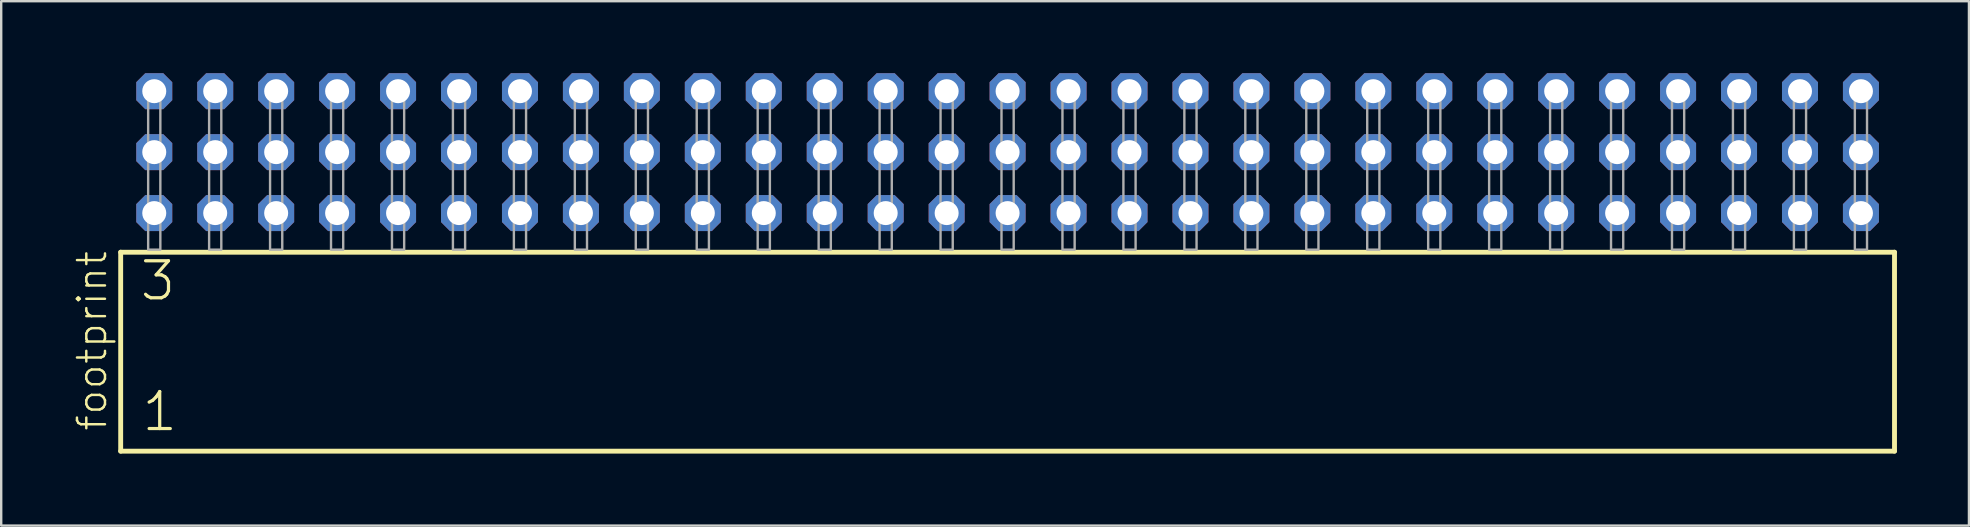
<source format=kicad_pcb>
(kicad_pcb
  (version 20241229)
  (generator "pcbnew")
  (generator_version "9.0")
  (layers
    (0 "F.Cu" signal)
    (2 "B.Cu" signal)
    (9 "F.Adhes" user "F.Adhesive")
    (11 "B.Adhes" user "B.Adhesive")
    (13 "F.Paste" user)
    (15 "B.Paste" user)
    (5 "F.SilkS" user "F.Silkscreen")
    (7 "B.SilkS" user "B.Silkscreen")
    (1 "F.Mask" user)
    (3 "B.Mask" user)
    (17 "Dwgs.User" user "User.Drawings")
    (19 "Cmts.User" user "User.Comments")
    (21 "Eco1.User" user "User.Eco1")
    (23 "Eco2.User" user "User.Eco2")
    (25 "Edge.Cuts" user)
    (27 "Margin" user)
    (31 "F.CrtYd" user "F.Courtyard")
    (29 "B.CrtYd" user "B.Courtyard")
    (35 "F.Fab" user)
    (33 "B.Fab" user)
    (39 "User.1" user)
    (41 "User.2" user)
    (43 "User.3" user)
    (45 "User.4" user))
  (footprint "footprint"
    (layer "F.Cu")
    (at 38.938 7.354)
    (property "Reference" "footprint" (at -37.465 7.62 90) (layer "F.SilkS") (effects (font (size 1.168 1.168) (thickness 0.102)) (justify left bottom)))
    (fp_line (start -36.959 0.106) (end -36.959 8.396) (stroke (width 0.203) (type solid)) (layer "F.SilkS"))
    (fp_line (start -36.959 8.396) (end 36.959 8.396) (stroke (width 0.203) (type solid)) (layer "F.SilkS"))
    (fp_line (start 36.959 0.106) (end -36.959 0.106) (stroke (width 0.203) (type solid)) (layer "F.SilkS"))
    (fp_line (start 36.959 8.396) (end 36.959 0.106) (stroke (width 0.203) (type solid)) (layer "F.SilkS"))
    (fp_poly (pts (xy -35.814 0) (xy -35.306 0) (xy -35.306 -6.858) (xy -35.814 -6.858)) (stroke (width 0.1) (type solid)) (fill no) (layer "F.Fab"))
    (fp_poly (pts (xy -33.274 0) (xy -32.766 0) (xy -32.766 -6.858) (xy -33.274 -6.858)) (stroke (width 0.1) (type solid)) (fill no) (layer "F.Fab"))
    (fp_poly (pts (xy -30.734 0) (xy -30.226 0) (xy -30.226 -6.858) (xy -30.734 -6.858)) (stroke (width 0.1) (type solid)) (fill no) (layer "F.Fab"))
    (fp_poly (pts (xy -28.194 0) (xy -27.686 0) (xy -27.686 -6.858) (xy -28.194 -6.858)) (stroke (width 0.1) (type solid)) (fill no) (layer "F.Fab"))
    (fp_poly (pts (xy -25.654 0) (xy -25.146 0) (xy -25.146 -6.858) (xy -25.654 -6.858)) (stroke (width 0.1) (type solid)) (fill no) (layer "F.Fab"))
    (fp_poly (pts (xy -23.114 0) (xy -22.606 0) (xy -22.606 -6.858) (xy -23.114 -6.858)) (stroke (width 0.1) (type solid)) (fill no) (layer "F.Fab"))
    (fp_poly (pts (xy -20.574 0) (xy -20.066 0) (xy -20.066 -6.858) (xy -20.574 -6.858)) (stroke (width 0.1) (type solid)) (fill no) (layer "F.Fab"))
    (fp_poly (pts (xy -18.034 0) (xy -17.526 0) (xy -17.526 -6.858) (xy -18.034 -6.858)) (stroke (width 0.1) (type solid)) (fill no) (layer "F.Fab"))
    (fp_poly (pts (xy -15.494 0) (xy -14.986 0) (xy -14.986 -6.858) (xy -15.494 -6.858)) (stroke (width 0.1) (type solid)) (fill no) (layer "F.Fab"))
    (fp_poly (pts (xy -12.954 0) (xy -12.446 0) (xy -12.446 -6.858) (xy -12.954 -6.858)) (stroke (width 0.1) (type solid)) (fill no) (layer "F.Fab"))
    (fp_poly (pts (xy -10.414 0) (xy -9.906 0) (xy -9.906 -6.858) (xy -10.414 -6.858)) (stroke (width 0.1) (type solid)) (fill no) (layer "F.Fab"))
    (fp_poly (pts (xy -7.874 0) (xy -7.366 0) (xy -7.366 -6.858) (xy -7.874 -6.858)) (stroke (width 0.1) (type solid)) (fill no) (layer "F.Fab"))
    (fp_poly (pts (xy -5.334 0) (xy -4.826 0) (xy -4.826 -6.858) (xy -5.334 -6.858)) (stroke (width 0.1) (type solid)) (fill no) (layer "F.Fab"))
    (fp_poly (pts (xy -2.794 0) (xy -2.286 0) (xy -2.286 -6.858) (xy -2.794 -6.858)) (stroke (width 0.1) (type solid)) (fill no) (layer "F.Fab"))
    (fp_poly (pts (xy -0.254 0) (xy 0.254 0) (xy 0.254 -6.858) (xy -0.254 -6.858)) (stroke (width 0.1) (type solid)) (fill no) (layer "F.Fab"))
    (fp_poly (pts (xy 2.286 0) (xy 2.794 0) (xy 2.794 -6.858) (xy 2.286 -6.858)) (stroke (width 0.1) (type solid)) (fill no) (layer "F.Fab"))
    (fp_poly (pts (xy 4.826 0) (xy 5.334 0) (xy 5.334 -6.858) (xy 4.826 -6.858)) (stroke (width 0.1) (type solid)) (fill no) (layer "F.Fab"))
    (fp_poly (pts (xy 7.366 0) (xy 7.874 0) (xy 7.874 -6.858) (xy 7.366 -6.858)) (stroke (width 0.1) (type solid)) (fill no) (layer "F.Fab"))
    (fp_poly (pts (xy 9.906 0) (xy 10.414 0) (xy 10.414 -6.858) (xy 9.906 -6.858)) (stroke (width 0.1) (type solid)) (fill no) (layer "F.Fab"))
    (fp_poly (pts (xy 12.446 0) (xy 12.954 0) (xy 12.954 -6.858) (xy 12.446 -6.858)) (stroke (width 0.1) (type solid)) (fill no) (layer "F.Fab"))
    (fp_poly (pts (xy 14.986 0) (xy 15.494 0) (xy 15.494 -6.858) (xy 14.986 -6.858)) (stroke (width 0.1) (type solid)) (fill no) (layer "F.Fab"))
    (fp_poly (pts (xy 17.526 0) (xy 18.034 0) (xy 18.034 -6.858) (xy 17.526 -6.858)) (stroke (width 0.1) (type solid)) (fill no) (layer "F.Fab"))
    (fp_poly (pts (xy 20.066 0) (xy 20.574 0) (xy 20.574 -6.858) (xy 20.066 -6.858)) (stroke (width 0.1) (type solid)) (fill no) (layer "F.Fab"))
    (fp_poly (pts (xy 22.606 0) (xy 23.114 0) (xy 23.114 -6.858) (xy 22.606 -6.858)) (stroke (width 0.1) (type solid)) (fill no) (layer "F.Fab"))
    (fp_poly (pts (xy 25.146 0) (xy 25.654 0) (xy 25.654 -6.858) (xy 25.146 -6.858)) (stroke (width 0.1) (type solid)) (fill no) (layer "F.Fab"))
    (fp_poly (pts (xy 27.686 0) (xy 28.194 0) (xy 28.194 -6.858) (xy 27.686 -6.858)) (stroke (width 0.1) (type solid)) (fill no) (layer "F.Fab"))
    (fp_poly (pts (xy 30.226 0) (xy 30.734 0) (xy 30.734 -6.858) (xy 30.226 -6.858)) (stroke (width 0.1) (type solid)) (fill no) (layer "F.Fab"))
    (fp_poly (pts (xy 32.766 0) (xy 33.274 0) (xy 33.274 -6.858) (xy 32.766 -6.858)) (stroke (width 0.1) (type solid)) (fill no) (layer "F.Fab"))
    (fp_poly (pts (xy 35.306 0) (xy 35.814 0) (xy 35.814 -6.858) (xy 35.306 -6.858)) (stroke (width 0.1) (type solid)) (fill no) (layer "F.Fab"))
    (fp_text user "1" (at -36.155 7.65 0) (layer "F.SilkS") (effects (font (size 1.542 1.542) (thickness 0.134)) (justify left bottom)))
    (fp_text user "3" (at -36.23 2.2 0) (layer "F.SilkS") (effects (font (size 1.542 1.542) (thickness 0.134)) (justify left bottom)))
    (pad "1" thru_hole roundrect (at -35.56 -1.524) (size 1.5 1.5) (drill 1) (layers "*.Cu" "*.Mask") (roundrect_rratio 0.25) (chamfer_ratio 0.25) (chamfer top_left top_right bottom_left bottom_right))
    (pad "2" thru_hole roundrect (at -35.56 -4.064) (size 1.5 1.5) (drill 1) (layers "*.Cu" "*.Mask") (roundrect_rratio 0.25) (chamfer_ratio 0.25) (chamfer top_left top_right bottom_left bottom_right))
    (pad "3" thru_hole roundrect (at -35.56 -6.604) (size 1.5 1.5) (drill 1) (layers "*.Cu" "*.Mask") (roundrect_rratio 0.25) (chamfer_ratio 0.25) (chamfer top_left top_right bottom_left bottom_right))
    (pad "4" thru_hole roundrect (at -33.02 -1.524) (size 1.5 1.5) (drill 1) (layers "*.Cu" "*.Mask") (roundrect_rratio 0.25) (chamfer_ratio 0.25) (chamfer top_left top_right bottom_left bottom_right))
    (pad "5" thru_hole roundrect (at -33.02 -4.064) (size 1.5 1.5) (drill 1) (layers "*.Cu" "*.Mask") (roundrect_rratio 0.25) (chamfer_ratio 0.25) (chamfer top_left top_right bottom_left bottom_right))
    (pad "6" thru_hole roundrect (at -33.02 -6.604) (size 1.5 1.5) (drill 1) (layers "*.Cu" "*.Mask") (roundrect_rratio 0.25) (chamfer_ratio 0.25) (chamfer top_left top_right bottom_left bottom_right))
    (pad "7" thru_hole roundrect (at -30.48 -1.524) (size 1.5 1.5) (drill 1) (layers "*.Cu" "*.Mask") (roundrect_rratio 0.25) (chamfer_ratio 0.25) (chamfer top_left top_right bottom_left bottom_right))
    (pad "8" thru_hole roundrect (at -30.48 -4.064) (size 1.5 1.5) (drill 1) (layers "*.Cu" "*.Mask") (roundrect_rratio 0.25) (chamfer_ratio 0.25) (chamfer top_left top_right bottom_left bottom_right))
    (pad "9" thru_hole roundrect (at -30.48 -6.604) (size 1.5 1.5) (drill 1) (layers "*.Cu" "*.Mask") (roundrect_rratio 0.25) (chamfer_ratio 0.25) (chamfer top_left top_right bottom_left bottom_right))
    (pad "10" thru_hole roundrect (at -27.94 -1.524) (size 1.5 1.5) (drill 1) (layers "*.Cu" "*.Mask") (roundrect_rratio 0.25) (chamfer_ratio 0.25) (chamfer top_left top_right bottom_left bottom_right))
    (pad "11" thru_hole roundrect (at -27.94 -4.064) (size 1.5 1.5) (drill 1) (layers "*.Cu" "*.Mask") (roundrect_rratio 0.25) (chamfer_ratio 0.25) (chamfer top_left top_right bottom_left bottom_right))
    (pad "12" thru_hole roundrect (at -27.94 -6.604) (size 1.5 1.5) (drill 1) (layers "*.Cu" "*.Mask") (roundrect_rratio 0.25) (chamfer_ratio 0.25) (chamfer top_left top_right bottom_left bottom_right))
    (pad "13" thru_hole roundrect (at -25.4 -1.524) (size 1.5 1.5) (drill 1) (layers "*.Cu" "*.Mask") (roundrect_rratio 0.25) (chamfer_ratio 0.25) (chamfer top_left top_right bottom_left bottom_right))
    (pad "14" thru_hole roundrect (at -25.4 -4.064) (size 1.5 1.5) (drill 1) (layers "*.Cu" "*.Mask") (roundrect_rratio 0.25) (chamfer_ratio 0.25) (chamfer top_left top_right bottom_left bottom_right))
    (pad "15" thru_hole roundrect (at -25.4 -6.604) (size 1.5 1.5) (drill 1) (layers "*.Cu" "*.Mask") (roundrect_rratio 0.25) (chamfer_ratio 0.25) (chamfer top_left top_right bottom_left bottom_right))
    (pad "16" thru_hole roundrect (at -22.86 -1.524) (size 1.5 1.5) (drill 1) (layers "*.Cu" "*.Mask") (roundrect_rratio 0.25) (chamfer_ratio 0.25) (chamfer top_left top_right bottom_left bottom_right))
    (pad "17" thru_hole roundrect (at -22.86 -4.064) (size 1.5 1.5) (drill 1) (layers "*.Cu" "*.Mask") (roundrect_rratio 0.25) (chamfer_ratio 0.25) (chamfer top_left top_right bottom_left bottom_right))
    (pad "18" thru_hole roundrect (at -22.86 -6.604) (size 1.5 1.5) (drill 1) (layers "*.Cu" "*.Mask") (roundrect_rratio 0.25) (chamfer_ratio 0.25) (chamfer top_left top_right bottom_left bottom_right))
    (pad "19" thru_hole roundrect (at -20.32 -1.524) (size 1.5 1.5) (drill 1) (layers "*.Cu" "*.Mask") (roundrect_rratio 0.25) (chamfer_ratio 0.25) (chamfer top_left top_right bottom_left bottom_right))
    (pad "20" thru_hole roundrect (at -20.32 -4.064) (size 1.5 1.5) (drill 1) (layers "*.Cu" "*.Mask") (roundrect_rratio 0.25) (chamfer_ratio 0.25) (chamfer top_left top_right bottom_left bottom_right))
    (pad "21" thru_hole roundrect (at -20.32 -6.604) (size 1.5 1.5) (drill 1) (layers "*.Cu" "*.Mask") (roundrect_rratio 0.25) (chamfer_ratio 0.25) (chamfer top_left top_right bottom_left bottom_right))
    (pad "22" thru_hole roundrect (at -17.78 -1.524) (size 1.5 1.5) (drill 1) (layers "*.Cu" "*.Mask") (roundrect_rratio 0.25) (chamfer_ratio 0.25) (chamfer top_left top_right bottom_left bottom_right))
    (pad "23" thru_hole roundrect (at -17.78 -4.064) (size 1.5 1.5) (drill 1) (layers "*.Cu" "*.Mask") (roundrect_rratio 0.25) (chamfer_ratio 0.25) (chamfer top_left top_right bottom_left bottom_right))
    (pad "24" thru_hole roundrect (at -17.78 -6.604) (size 1.5 1.5) (drill 1) (layers "*.Cu" "*.Mask") (roundrect_rratio 0.25) (chamfer_ratio 0.25) (chamfer top_left top_right bottom_left bottom_right))
    (pad "25" thru_hole roundrect (at -15.24 -1.524) (size 1.5 1.5) (drill 1) (layers "*.Cu" "*.Mask") (roundrect_rratio 0.25) (chamfer_ratio 0.25) (chamfer top_left top_right bottom_left bottom_right))
    (pad "26" thru_hole roundrect (at -15.24 -4.064) (size 1.5 1.5) (drill 1) (layers "*.Cu" "*.Mask") (roundrect_rratio 0.25) (chamfer_ratio 0.25) (chamfer top_left top_right bottom_left bottom_right))
    (pad "27" thru_hole roundrect (at -15.24 -6.604) (size 1.5 1.5) (drill 1) (layers "*.Cu" "*.Mask") (roundrect_rratio 0.25) (chamfer_ratio 0.25) (chamfer top_left top_right bottom_left bottom_right))
    (pad "28" thru_hole roundrect (at -12.7 -1.524) (size 1.5 1.5) (drill 1) (layers "*.Cu" "*.Mask") (roundrect_rratio 0.25) (chamfer_ratio 0.25) (chamfer top_left top_right bottom_left bottom_right))
    (pad "29" thru_hole roundrect (at -12.7 -4.064) (size 1.5 1.5) (drill 1) (layers "*.Cu" "*.Mask") (roundrect_rratio 0.25) (chamfer_ratio 0.25) (chamfer top_left top_right bottom_left bottom_right))
    (pad "30" thru_hole roundrect (at -12.7 -6.604) (size 1.5 1.5) (drill 1) (layers "*.Cu" "*.Mask") (roundrect_rratio 0.25) (chamfer_ratio 0.25) (chamfer top_left top_right bottom_left bottom_right))
    (pad "31" thru_hole roundrect (at -10.16 -1.524) (size 1.5 1.5) (drill 1) (layers "*.Cu" "*.Mask") (roundrect_rratio 0.25) (chamfer_ratio 0.25) (chamfer top_left top_right bottom_left bottom_right))
    (pad "32" thru_hole roundrect (at -10.16 -4.064) (size 1.5 1.5) (drill 1) (layers "*.Cu" "*.Mask") (roundrect_rratio 0.25) (chamfer_ratio 0.25) (chamfer top_left top_right bottom_left bottom_right))
    (pad "33" thru_hole roundrect (at -10.16 -6.604) (size 1.5 1.5) (drill 1) (layers "*.Cu" "*.Mask") (roundrect_rratio 0.25) (chamfer_ratio 0.25) (chamfer top_left top_right bottom_left bottom_right))
    (pad "34" thru_hole roundrect (at -7.62 -1.524) (size 1.5 1.5) (drill 1) (layers "*.Cu" "*.Mask") (roundrect_rratio 0.25) (chamfer_ratio 0.25) (chamfer top_left top_right bottom_left bottom_right))
    (pad "35" thru_hole roundrect (at -7.62 -4.064) (size 1.5 1.5) (drill 1) (layers "*.Cu" "*.Mask") (roundrect_rratio 0.25) (chamfer_ratio 0.25) (chamfer top_left top_right bottom_left bottom_right))
    (pad "36" thru_hole roundrect (at -7.62 -6.604) (size 1.5 1.5) (drill 1) (layers "*.Cu" "*.Mask") (roundrect_rratio 0.25) (chamfer_ratio 0.25) (chamfer top_left top_right bottom_left bottom_right))
    (pad "37" thru_hole roundrect (at -5.08 -1.524) (size 1.5 1.5) (drill 1) (layers "*.Cu" "*.Mask") (roundrect_rratio 0.25) (chamfer_ratio 0.25) (chamfer top_left top_right bottom_left bottom_right))
    (pad "38" thru_hole roundrect (at -5.08 -4.064) (size 1.5 1.5) (drill 1) (layers "*.Cu" "*.Mask") (roundrect_rratio 0.25) (chamfer_ratio 0.25) (chamfer top_left top_right bottom_left bottom_right))
    (pad "39" thru_hole roundrect (at -5.08 -6.604) (size 1.5 1.5) (drill 1) (layers "*.Cu" "*.Mask") (roundrect_rratio 0.25) (chamfer_ratio 0.25) (chamfer top_left top_right bottom_left bottom_right))
    (pad "40" thru_hole roundrect (at -2.54 -1.524) (size 1.5 1.5) (drill 1) (layers "*.Cu" "*.Mask") (roundrect_rratio 0.25) (chamfer_ratio 0.25) (chamfer top_left top_right bottom_left bottom_right))
    (pad "41" thru_hole roundrect (at -2.54 -4.064) (size 1.5 1.5) (drill 1) (layers "*.Cu" "*.Mask") (roundrect_rratio 0.25) (chamfer_ratio 0.25) (chamfer top_left top_right bottom_left bottom_right))
    (pad "42" thru_hole roundrect (at -2.54 -6.604) (size 1.5 1.5) (drill 1) (layers "*.Cu" "*.Mask") (roundrect_rratio 0.25) (chamfer_ratio 0.25) (chamfer top_left top_right bottom_left bottom_right))
    (pad "43" thru_hole roundrect (at 0 -1.524) (size 1.5 1.5) (drill 1) (layers "*.Cu" "*.Mask") (roundrect_rratio 0.25) (chamfer_ratio 0.25) (chamfer top_left top_right bottom_left bottom_right))
    (pad "44" thru_hole roundrect (at 0 -4.064) (size 1.5 1.5) (drill 1) (layers "*.Cu" "*.Mask") (roundrect_rratio 0.25) (chamfer_ratio 0.25) (chamfer top_left top_right bottom_left bottom_right))
    (pad "45" thru_hole roundrect (at 0 -6.604) (size 1.5 1.5) (drill 1) (layers "*.Cu" "*.Mask") (roundrect_rratio 0.25) (chamfer_ratio 0.25) (chamfer top_left top_right bottom_left bottom_right))
    (pad "46" thru_hole roundrect (at 2.54 -1.524) (size 1.5 1.5) (drill 1) (layers "*.Cu" "*.Mask") (roundrect_rratio 0.25) (chamfer_ratio 0.25) (chamfer top_left top_right bottom_left bottom_right))
    (pad "47" thru_hole roundrect (at 2.54 -4.064) (size 1.5 1.5) (drill 1) (layers "*.Cu" "*.Mask") (roundrect_rratio 0.25) (chamfer_ratio 0.25) (chamfer top_left top_right bottom_left bottom_right))
    (pad "48" thru_hole roundrect (at 2.54 -6.604) (size 1.5 1.5) (drill 1) (layers "*.Cu" "*.Mask") (roundrect_rratio 0.25) (chamfer_ratio 0.25) (chamfer top_left top_right bottom_left bottom_right))
    (pad "49" thru_hole roundrect (at 5.08 -1.524) (size 1.5 1.5) (drill 1) (layers "*.Cu" "*.Mask") (roundrect_rratio 0.25) (chamfer_ratio 0.25) (chamfer top_left top_right bottom_left bottom_right))
    (pad "50" thru_hole roundrect (at 5.08 -4.064) (size 1.5 1.5) (drill 1) (layers "*.Cu" "*.Mask") (roundrect_rratio 0.25) (chamfer_ratio 0.25) (chamfer top_left top_right bottom_left bottom_right))
    (pad "51" thru_hole roundrect (at 5.08 -6.604) (size 1.5 1.5) (drill 1) (layers "*.Cu" "*.Mask") (roundrect_rratio 0.25) (chamfer_ratio 0.25) (chamfer top_left top_right bottom_left bottom_right))
    (pad "52" thru_hole roundrect (at 7.62 -1.524) (size 1.5 1.5) (drill 1) (layers "*.Cu" "*.Mask") (roundrect_rratio 0.25) (chamfer_ratio 0.25) (chamfer top_left top_right bottom_left bottom_right))
    (pad "53" thru_hole roundrect (at 7.62 -4.064) (size 1.5 1.5) (drill 1) (layers "*.Cu" "*.Mask") (roundrect_rratio 0.25) (chamfer_ratio 0.25) (chamfer top_left top_right bottom_left bottom_right))
    (pad "54" thru_hole roundrect (at 7.62 -6.604) (size 1.5 1.5) (drill 1) (layers "*.Cu" "*.Mask") (roundrect_rratio 0.25) (chamfer_ratio 0.25) (chamfer top_left top_right bottom_left bottom_right))
    (pad "55" thru_hole roundrect (at 10.16 -1.524) (size 1.5 1.5) (drill 1) (layers "*.Cu" "*.Mask") (roundrect_rratio 0.25) (chamfer_ratio 0.25) (chamfer top_left top_right bottom_left bottom_right))
    (pad "56" thru_hole roundrect (at 10.16 -4.064) (size 1.5 1.5) (drill 1) (layers "*.Cu" "*.Mask") (roundrect_rratio 0.25) (chamfer_ratio 0.25) (chamfer top_left top_right bottom_left bottom_right))
    (pad "57" thru_hole roundrect (at 10.16 -6.604) (size 1.5 1.5) (drill 1) (layers "*.Cu" "*.Mask") (roundrect_rratio 0.25) (chamfer_ratio 0.25) (chamfer top_left top_right bottom_left bottom_right))
    (pad "58" thru_hole roundrect (at 12.7 -1.524) (size 1.5 1.5) (drill 1) (layers "*.Cu" "*.Mask") (roundrect_rratio 0.25) (chamfer_ratio 0.25) (chamfer top_left top_right bottom_left bottom_right))
    (pad "59" thru_hole roundrect (at 12.7 -4.064) (size 1.5 1.5) (drill 1) (layers "*.Cu" "*.Mask") (roundrect_rratio 0.25) (chamfer_ratio 0.25) (chamfer top_left top_right bottom_left bottom_right))
    (pad "60" thru_hole roundrect (at 12.7 -6.604) (size 1.5 1.5) (drill 1) (layers "*.Cu" "*.Mask") (roundrect_rratio 0.25) (chamfer_ratio 0.25) (chamfer top_left top_right bottom_left bottom_right))
    (pad "61" thru_hole roundrect (at 15.24 -1.524) (size 1.5 1.5) (drill 1) (layers "*.Cu" "*.Mask") (roundrect_rratio 0.25) (chamfer_ratio 0.25) (chamfer top_left top_right bottom_left bottom_right))
    (pad "62" thru_hole roundrect (at 15.24 -4.064) (size 1.5 1.5) (drill 1) (layers "*.Cu" "*.Mask") (roundrect_rratio 0.25) (chamfer_ratio 0.25) (chamfer top_left top_right bottom_left bottom_right))
    (pad "63" thru_hole roundrect (at 15.24 -6.604) (size 1.5 1.5) (drill 1) (layers "*.Cu" "*.Mask") (roundrect_rratio 0.25) (chamfer_ratio 0.25) (chamfer top_left top_right bottom_left bottom_right))
    (pad "64" thru_hole roundrect (at 17.78 -1.524) (size 1.5 1.5) (drill 1) (layers "*.Cu" "*.Mask") (roundrect_rratio 0.25) (chamfer_ratio 0.25) (chamfer top_left top_right bottom_left bottom_right))
    (pad "65" thru_hole roundrect (at 17.78 -4.064) (size 1.5 1.5) (drill 1) (layers "*.Cu" "*.Mask") (roundrect_rratio 0.25) (chamfer_ratio 0.25) (chamfer top_left top_right bottom_left bottom_right))
    (pad "66" thru_hole roundrect (at 17.78 -6.604) (size 1.5 1.5) (drill 1) (layers "*.Cu" "*.Mask") (roundrect_rratio 0.25) (chamfer_ratio 0.25) (chamfer top_left top_right bottom_left bottom_right))
    (pad "67" thru_hole roundrect (at 20.32 -1.524) (size 1.5 1.5) (drill 1) (layers "*.Cu" "*.Mask") (roundrect_rratio 0.25) (chamfer_ratio 0.25) (chamfer top_left top_right bottom_left bottom_right))
    (pad "68" thru_hole roundrect (at 20.32 -4.064) (size 1.5 1.5) (drill 1) (layers "*.Cu" "*.Mask") (roundrect_rratio 0.25) (chamfer_ratio 0.25) (chamfer top_left top_right bottom_left bottom_right))
    (pad "69" thru_hole roundrect (at 20.32 -6.604) (size 1.5 1.5) (drill 1) (layers "*.Cu" "*.Mask") (roundrect_rratio 0.25) (chamfer_ratio 0.25) (chamfer top_left top_right bottom_left bottom_right))
    (pad "70" thru_hole roundrect (at 22.86 -1.524) (size 1.5 1.5) (drill 1) (layers "*.Cu" "*.Mask") (roundrect_rratio 0.25) (chamfer_ratio 0.25) (chamfer top_left top_right bottom_left bottom_right))
    (pad "71" thru_hole roundrect (at 22.86 -4.064) (size 1.5 1.5) (drill 1) (layers "*.Cu" "*.Mask") (roundrect_rratio 0.25) (chamfer_ratio 0.25) (chamfer top_left top_right bottom_left bottom_right))
    (pad "72" thru_hole roundrect (at 22.86 -6.604) (size 1.5 1.5) (drill 1) (layers "*.Cu" "*.Mask") (roundrect_rratio 0.25) (chamfer_ratio 0.25) (chamfer top_left top_right bottom_left bottom_right))
    (pad "73" thru_hole roundrect (at 25.4 -1.524) (size 1.5 1.5) (drill 1) (layers "*.Cu" "*.Mask") (roundrect_rratio 0.25) (chamfer_ratio 0.25) (chamfer top_left top_right bottom_left bottom_right))
    (pad "74" thru_hole roundrect (at 25.4 -4.064) (size 1.5 1.5) (drill 1) (layers "*.Cu" "*.Mask") (roundrect_rratio 0.25) (chamfer_ratio 0.25) (chamfer top_left top_right bottom_left bottom_right))
    (pad "75" thru_hole roundrect (at 25.4 -6.604) (size 1.5 1.5) (drill 1) (layers "*.Cu" "*.Mask") (roundrect_rratio 0.25) (chamfer_ratio 0.25) (chamfer top_left top_right bottom_left bottom_right))
    (pad "76" thru_hole roundrect (at 27.94 -1.524) (size 1.5 1.5) (drill 1) (layers "*.Cu" "*.Mask") (roundrect_rratio 0.25) (chamfer_ratio 0.25) (chamfer top_left top_right bottom_left bottom_right))
    (pad "77" thru_hole roundrect (at 27.94 -4.064) (size 1.5 1.5) (drill 1) (layers "*.Cu" "*.Mask") (roundrect_rratio 0.25) (chamfer_ratio 0.25) (chamfer top_left top_right bottom_left bottom_right))
    (pad "78" thru_hole roundrect (at 27.94 -6.604) (size 1.5 1.5) (drill 1) (layers "*.Cu" "*.Mask") (roundrect_rratio 0.25) (chamfer_ratio 0.25) (chamfer top_left top_right bottom_left bottom_right))
    (pad "79" thru_hole roundrect (at 30.48 -1.524) (size 1.5 1.5) (drill 1) (layers "*.Cu" "*.Mask") (roundrect_rratio 0.25) (chamfer_ratio 0.25) (chamfer top_left top_right bottom_left bottom_right))
    (pad "80" thru_hole roundrect (at 30.48 -4.064) (size 1.5 1.5) (drill 1) (layers "*.Cu" "*.Mask") (roundrect_rratio 0.25) (chamfer_ratio 0.25) (chamfer top_left top_right bottom_left bottom_right))
    (pad "81" thru_hole roundrect (at 30.48 -6.604) (size 1.5 1.5) (drill 1) (layers "*.Cu" "*.Mask") (roundrect_rratio 0.25) (chamfer_ratio 0.25) (chamfer top_left top_right bottom_left bottom_right))
    (pad "82" thru_hole roundrect (at 33.02 -1.524) (size 1.5 1.5) (drill 1) (layers "*.Cu" "*.Mask") (roundrect_rratio 0.25) (chamfer_ratio 0.25) (chamfer top_left top_right bottom_left bottom_right))
    (pad "83" thru_hole roundrect (at 33.02 -4.064) (size 1.5 1.5) (drill 1) (layers "*.Cu" "*.Mask") (roundrect_rratio 0.25) (chamfer_ratio 0.25) (chamfer top_left top_right bottom_left bottom_right))
    (pad "84" thru_hole roundrect (at 33.02 -6.604) (size 1.5 1.5) (drill 1) (layers "*.Cu" "*.Mask") (roundrect_rratio 0.25) (chamfer_ratio 0.25) (chamfer top_left top_right bottom_left bottom_right))
    (pad "85" thru_hole roundrect (at 35.56 -1.524) (size 1.5 1.5) (drill 1) (layers "*.Cu" "*.Mask") (roundrect_rratio 0.25) (chamfer_ratio 0.25) (chamfer top_left top_right bottom_left bottom_right))
    (pad "86" thru_hole roundrect (at 35.56 -4.064) (size 1.5 1.5) (drill 1) (layers "*.Cu" "*.Mask") (roundrect_rratio 0.25) (chamfer_ratio 0.25) (chamfer top_left top_right bottom_left bottom_right))
    (pad "87" thru_hole roundrect (at 35.56 -6.604) (size 1.5 1.5) (drill 1) (layers "*.Cu" "*.Mask") (roundrect_rratio 0.25) (chamfer_ratio 0.25) (chamfer top_left top_right bottom_left bottom_right)))
  (gr_rect
    (start -3 -3)
    (end 78.999 18.852)
    (stroke (width 0.1) (type default))
    (fill no)
    (layer "Edge.Cuts")))
</source>
